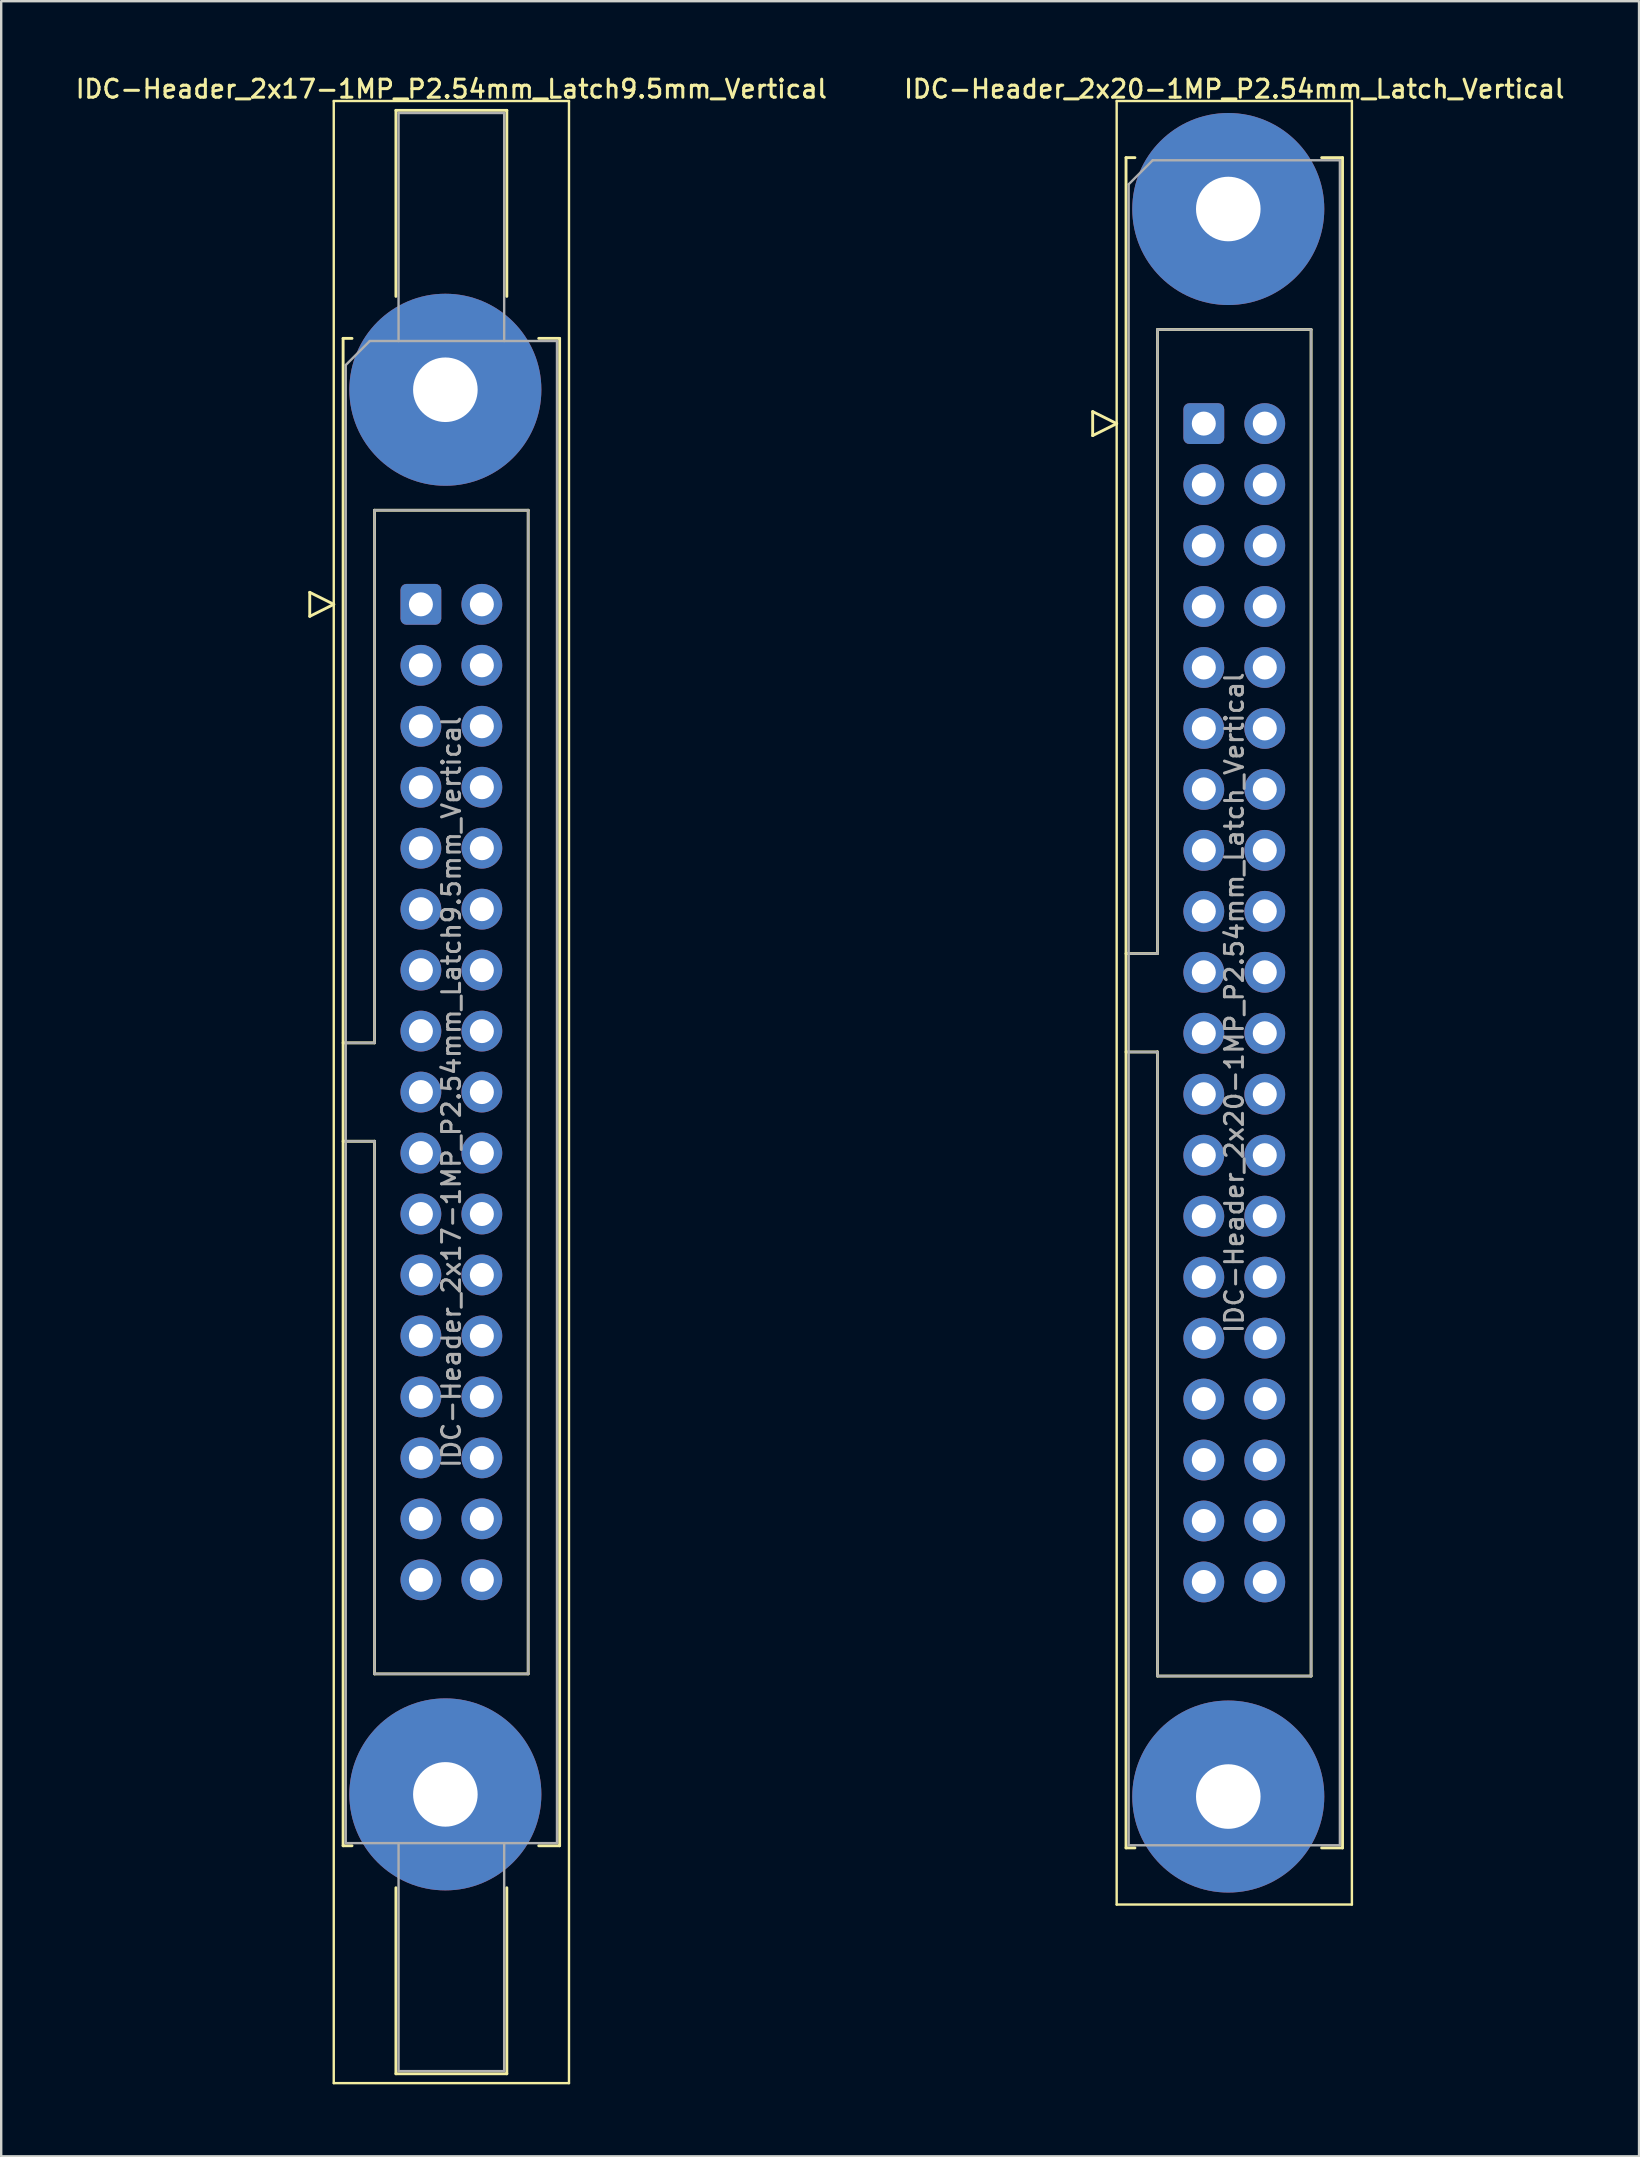
<source format=kicad_pcb>
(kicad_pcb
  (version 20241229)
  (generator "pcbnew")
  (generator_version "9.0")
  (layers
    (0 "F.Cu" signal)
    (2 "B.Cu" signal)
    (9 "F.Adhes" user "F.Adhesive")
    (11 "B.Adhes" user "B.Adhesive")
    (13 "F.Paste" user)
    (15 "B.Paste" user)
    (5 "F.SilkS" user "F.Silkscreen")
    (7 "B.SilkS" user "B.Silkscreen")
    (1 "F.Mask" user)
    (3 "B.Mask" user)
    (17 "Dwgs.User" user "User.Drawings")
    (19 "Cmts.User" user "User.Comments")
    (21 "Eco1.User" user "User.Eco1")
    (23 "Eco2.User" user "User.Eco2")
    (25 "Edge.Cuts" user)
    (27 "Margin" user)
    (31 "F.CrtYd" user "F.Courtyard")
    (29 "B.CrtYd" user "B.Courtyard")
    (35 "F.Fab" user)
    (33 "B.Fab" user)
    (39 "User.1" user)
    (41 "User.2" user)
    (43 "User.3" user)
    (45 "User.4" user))
  (footprint "IDC-Header_2x17-1MP_P2.54mm_Latch9.5mm_Vertical"
    (layer "F.Cu")
    (at 14.485 22.128)
    (property "Reference" "IDC-Header_2x17-1MP_P2.54mm_Latch9.5mm_Vertical" (at 1.27 -21.47 0) (layer "F.SilkS") (effects (font (size 0.75 0.75) (thickness 0.125))))
    (attr through_hole)
    (fp_line (start -4.63 -0.5) (end -4.63 0.5) (stroke (width 0.12) (type solid)) (layer "F.SilkS"))
    (fp_line (start -4.63 0.5) (end -3.63 0) (stroke (width 0.12) (type solid)) (layer "F.SilkS"))
    (fp_line (start -3.63 -20.97) (end -3.63 61.61) (stroke (width 0.1) (type solid)) (layer "F.SilkS"))
    (fp_line (start -3.63 0) (end -4.63 -0.5) (stroke (width 0.12) (type solid)) (layer "F.SilkS"))
    (fp_line (start -3.63 61.61) (end 6.17 61.61) (stroke (width 0.1) (type solid)) (layer "F.SilkS"))
    (fp_line (start -3.24 -11.08) (end -3.24 51.72) (stroke (width 0.12) (type solid)) (layer "F.SilkS"))
    (fp_line (start -3.24 18.27) (end -1.93 18.27) (stroke (width 0.12) (type solid)) (layer "F.SilkS"))
    (fp_line (start -3.24 51.72) (end -2.87 51.72) (stroke (width 0.12) (type solid)) (layer "F.SilkS"))
    (fp_line (start -2.87 -11.08) (end -3.24 -11.08) (stroke (width 0.12) (type solid)) (layer "F.SilkS"))
    (fp_line (start -1.93 -3.92) (end 4.47 -3.92) (stroke (width 0.12) (type solid)) (layer "F.SilkS"))
    (fp_line (start -1.93 18.27) (end -1.93 -3.92) (stroke (width 0.12) (type solid)) (layer "F.SilkS"))
    (fp_line (start -1.93 22.37) (end -3.24 22.37) (stroke (width 0.12) (type solid)) (layer "F.SilkS"))
    (fp_line (start -1.93 22.37) (end -1.93 22.37) (stroke (width 0.12) (type solid)) (layer "F.SilkS"))
    (fp_line (start -1.93 44.56) (end -1.93 22.37) (stroke (width 0.12) (type solid)) (layer "F.SilkS"))
    (fp_line (start -1.04 -20.58) (end 3.58 -20.58) (stroke (width 0.12) (type solid)) (layer "F.SilkS"))
    (fp_line (start -1.04 -12.83) (end -1.04 -20.58) (stroke (width 0.12) (type solid)) (layer "F.SilkS"))
    (fp_line (start -1.04 53.47) (end -1.04 61.22) (stroke (width 0.12) (type solid)) (layer "F.SilkS"))
    (fp_line (start -1.04 61.22) (end 3.58 61.22) (stroke (width 0.12) (type solid)) (layer "F.SilkS"))
    (fp_line (start 3.58 -20.58) (end 3.58 -12.83) (stroke (width 0.12) (type solid)) (layer "F.SilkS"))
    (fp_line (start 3.58 61.22) (end 3.58 53.47) (stroke (width 0.12) (type solid)) (layer "F.SilkS"))
    (fp_line (start 4.47 -3.92) (end 4.47 44.56) (stroke (width 0.12) (type solid)) (layer "F.SilkS"))
    (fp_line (start 4.47 44.56) (end -1.93 44.56) (stroke (width 0.12) (type solid)) (layer "F.SilkS"))
    (fp_line (start 4.91 -11.08) (end 5.78 -11.08) (stroke (width 0.12) (type solid)) (layer "F.SilkS"))
    (fp_line (start 5.78 -11.08) (end 5.78 51.72) (stroke (width 0.12) (type solid)) (layer "F.SilkS"))
    (fp_line (start 5.78 51.72) (end 4.91 51.72) (stroke (width 0.12) (type solid)) (layer "F.SilkS"))
    (fp_line (start 6.17 -20.97) (end -3.63 -20.97) (stroke (width 0.1) (type solid)) (layer "F.SilkS"))
    (fp_line (start 6.17 61.61) (end 6.17 -20.97) (stroke (width 0.1) (type solid)) (layer "F.SilkS"))
    (fp_line (start -3.13 -9.97) (end -2.13 -10.97) (stroke (width 0.1) (type solid)) (layer "F.Fab"))
    (fp_line (start -3.13 18.27) (end -1.93 18.27) (stroke (width 0.1) (type solid)) (layer "F.Fab"))
    (fp_line (start -3.13 51.61) (end -3.13 -9.97) (stroke (width 0.1) (type solid)) (layer "F.Fab"))
    (fp_line (start -2.13 -10.97) (end 5.67 -10.97) (stroke (width 0.1) (type solid)) (layer "F.Fab"))
    (fp_line (start -1.93 -3.92) (end 4.47 -3.92) (stroke (width 0.1) (type solid)) (layer "F.Fab"))
    (fp_line (start -1.93 18.27) (end -1.93 -3.92) (stroke (width 0.1) (type solid)) (layer "F.Fab"))
    (fp_line (start -1.93 22.37) (end -3.13 22.37) (stroke (width 0.1) (type solid)) (layer "F.Fab"))
    (fp_line (start -1.93 22.37) (end -1.93 22.37) (stroke (width 0.1) (type solid)) (layer "F.Fab"))
    (fp_line (start -1.93 44.56) (end -1.93 22.37) (stroke (width 0.1) (type solid)) (layer "F.Fab"))
    (fp_line (start -0.93 -20.47) (end 3.47 -20.47) (stroke (width 0.1) (type solid)) (layer "F.Fab"))
    (fp_line (start -0.93 -10.97) (end -0.93 -20.47) (stroke (width 0.1) (type solid)) (layer "F.Fab"))
    (fp_line (start -0.93 51.61) (end -0.93 61.11) (stroke (width 0.1) (type solid)) (layer "F.Fab"))
    (fp_line (start -0.93 61.11) (end 3.47 61.11) (stroke (width 0.1) (type solid)) (layer "F.Fab"))
    (fp_line (start 3.47 -20.47) (end 3.47 -10.97) (stroke (width 0.1) (type solid)) (layer "F.Fab"))
    (fp_line (start 3.47 61.11) (end 3.47 51.61) (stroke (width 0.1) (type solid)) (layer "F.Fab"))
    (fp_line (start 4.47 -3.92) (end 4.47 44.56) (stroke (width 0.1) (type solid)) (layer "F.Fab"))
    (fp_line (start 4.47 44.56) (end -1.93 44.56) (stroke (width 0.1) (type solid)) (layer "F.Fab"))
    (fp_line (start 5.67 -10.97) (end 5.67 51.61) (stroke (width 0.1) (type solid)) (layer "F.Fab"))
    (fp_line (start 5.67 51.61) (end -3.13 51.61) (stroke (width 0.1) (type solid)) (layer "F.Fab"))
    (fp_text user "${REFERENCE}" (at 1.27 20.32 90) (layer "F.Fab") (effects (font (size 0.75 0.75) (thickness 0.125))))
    (pad "1" thru_hole roundrect (at 0 0) (size 1.7 1.7) (drill 1) (layers "*.Cu" "*.Mask") (roundrect_rratio 0.147))
    (pad "2" thru_hole circle (at 2.54 0) (size 1.7 1.7) (drill 1) (layers "*.Cu" "*.Mask"))
    (pad "3" thru_hole circle (at 0 2.54) (size 1.7 1.7) (drill 1) (layers "*.Cu" "*.Mask"))
    (pad "4" thru_hole circle (at 2.54 2.54) (size 1.7 1.7) (drill 1) (layers "*.Cu" "*.Mask"))
    (pad "5" thru_hole circle (at 0 5.08) (size 1.7 1.7) (drill 1) (layers "*.Cu" "*.Mask"))
    (pad "6" thru_hole circle (at 2.54 5.08) (size 1.7 1.7) (drill 1) (layers "*.Cu" "*.Mask"))
    (pad "7" thru_hole circle (at 0 7.62) (size 1.7 1.7) (drill 1) (layers "*.Cu" "*.Mask"))
    (pad "8" thru_hole circle (at 2.54 7.62) (size 1.7 1.7) (drill 1) (layers "*.Cu" "*.Mask"))
    (pad "9" thru_hole circle (at 0 10.16) (size 1.7 1.7) (drill 1) (layers "*.Cu" "*.Mask"))
    (pad "10" thru_hole circle (at 2.54 10.16) (size 1.7 1.7) (drill 1) (layers "*.Cu" "*.Mask"))
    (pad "11" thru_hole circle (at 0 12.7) (size 1.7 1.7) (drill 1) (layers "*.Cu" "*.Mask"))
    (pad "12" thru_hole circle (at 2.54 12.7) (size 1.7 1.7) (drill 1) (layers "*.Cu" "*.Mask"))
    (pad "13" thru_hole circle (at 0 15.24) (size 1.7 1.7) (drill 1) (layers "*.Cu" "*.Mask"))
    (pad "14" thru_hole circle (at 2.54 15.24) (size 1.7 1.7) (drill 1) (layers "*.Cu" "*.Mask"))
    (pad "15" thru_hole circle (at 0 17.78) (size 1.7 1.7) (drill 1) (layers "*.Cu" "*.Mask"))
    (pad "16" thru_hole circle (at 2.54 17.78) (size 1.7 1.7) (drill 1) (layers "*.Cu" "*.Mask"))
    (pad "17" thru_hole circle (at 0 20.32) (size 1.7 1.7) (drill 1) (layers "*.Cu" "*.Mask"))
    (pad "18" thru_hole circle (at 2.54 20.32) (size 1.7 1.7) (drill 1) (layers "*.Cu" "*.Mask"))
    (pad "19" thru_hole circle (at 0 22.86) (size 1.7 1.7) (drill 1) (layers "*.Cu" "*.Mask"))
    (pad "20" thru_hole circle (at 2.54 22.86) (size 1.7 1.7) (drill 1) (layers "*.Cu" "*.Mask"))
    (pad "21" thru_hole circle (at 0 25.4) (size 1.7 1.7) (drill 1) (layers "*.Cu" "*.Mask"))
    (pad "22" thru_hole circle (at 2.54 25.4) (size 1.7 1.7) (drill 1) (layers "*.Cu" "*.Mask"))
    (pad "23" thru_hole circle (at 0 27.94) (size 1.7 1.7) (drill 1) (layers "*.Cu" "*.Mask"))
    (pad "24" thru_hole circle (at 2.54 27.94) (size 1.7 1.7) (drill 1) (layers "*.Cu" "*.Mask"))
    (pad "25" thru_hole circle (at 0 30.48) (size 1.7 1.7) (drill 1) (layers "*.Cu" "*.Mask"))
    (pad "26" thru_hole circle (at 2.54 30.48) (size 1.7 1.7) (drill 1) (layers "*.Cu" "*.Mask"))
    (pad "27" thru_hole circle (at 0 33.02) (size 1.7 1.7) (drill 1) (layers "*.Cu" "*.Mask"))
    (pad "28" thru_hole circle (at 2.54 33.02) (size 1.7 1.7) (drill 1) (layers "*.Cu" "*.Mask"))
    (pad "29" thru_hole circle (at 0 35.56) (size 1.7 1.7) (drill 1) (layers "*.Cu" "*.Mask"))
    (pad "30" thru_hole circle (at 2.54 35.56) (size 1.7 1.7) (drill 1) (layers "*.Cu" "*.Mask"))
    (pad "31" thru_hole circle (at 0 38.1) (size 1.7 1.7) (drill 1) (layers "*.Cu" "*.Mask"))
    (pad "32" thru_hole circle (at 2.54 38.1) (size 1.7 1.7) (drill 1) (layers "*.Cu" "*.Mask"))
    (pad "33" thru_hole circle (at 0 40.64) (size 1.7 1.7) (drill 1) (layers "*.Cu" "*.Mask"))
    (pad "34" thru_hole circle (at 2.54 40.64) (size 1.7 1.7) (drill 1) (layers "*.Cu" "*.Mask"))
    (pad "MP" thru_hole circle (at 1.02 -8.94) (size 8 8) (drill 2.69) (layers "*.Cu" "*.Mask"))
    (pad "MP" thru_hole circle (at 1.02 49.58) (size 8 8) (drill 2.69) (layers "*.Cu" "*.Mask")))
  (footprint "IDC-Header_2x20-1MP_P2.54mm_Latch_Vertical"
    (layer "F.Cu")
    (at 47.103 14.598)
    (property "Reference" "IDC-Header_2x20-1MP_P2.54mm_Latch_Vertical" (at 1.27 -13.94 0) (layer "F.SilkS") (effects (font (size 0.75 0.75) (thickness 0.125))))
    (attr through_hole)
    (fp_line (start -4.63 -0.5) (end -4.63 0.5) (stroke (width 0.12) (type solid)) (layer "F.SilkS"))
    (fp_line (start -4.63 0.5) (end -3.63 0) (stroke (width 0.12) (type solid)) (layer "F.SilkS"))
    (fp_line (start -3.63 -13.44) (end -3.63 61.7) (stroke (width 0.1) (type solid)) (layer "F.SilkS"))
    (fp_line (start -3.63 0) (end -4.63 -0.5) (stroke (width 0.12) (type solid)) (layer "F.SilkS"))
    (fp_line (start -3.63 61.7) (end 6.17 61.7) (stroke (width 0.1) (type solid)) (layer "F.SilkS"))
    (fp_line (start -3.24 -11.08) (end -3.24 59.34) (stroke (width 0.12) (type solid)) (layer "F.SilkS"))
    (fp_line (start -3.24 22.08) (end -1.93 22.08) (stroke (width 0.12) (type solid)) (layer "F.SilkS"))
    (fp_line (start -3.24 59.34) (end -2.87 59.34) (stroke (width 0.12) (type solid)) (layer "F.SilkS"))
    (fp_line (start -2.87 -11.08) (end -3.24 -11.08) (stroke (width 0.12) (type solid)) (layer "F.SilkS"))
    (fp_line (start -1.93 -3.92) (end 4.47 -3.92) (stroke (width 0.12) (type solid)) (layer "F.SilkS"))
    (fp_line (start -1.93 22.08) (end -1.93 -3.92) (stroke (width 0.12) (type solid)) (layer "F.SilkS"))
    (fp_line (start -1.93 26.18) (end -3.24 26.18) (stroke (width 0.12) (type solid)) (layer "F.SilkS"))
    (fp_line (start -1.93 26.18) (end -1.93 26.18) (stroke (width 0.12) (type solid)) (layer "F.SilkS"))
    (fp_line (start -1.93 52.18) (end -1.93 26.18) (stroke (width 0.12) (type solid)) (layer "F.SilkS"))
    (fp_line (start 4.47 -3.92) (end 4.47 52.18) (stroke (width 0.12) (type solid)) (layer "F.SilkS"))
    (fp_line (start 4.47 52.18) (end -1.93 52.18) (stroke (width 0.12) (type solid)) (layer "F.SilkS"))
    (fp_line (start 4.91 -11.08) (end 5.78 -11.08) (stroke (width 0.12) (type solid)) (layer "F.SilkS"))
    (fp_line (start 5.78 -11.08) (end 5.78 59.34) (stroke (width 0.12) (type solid)) (layer "F.SilkS"))
    (fp_line (start 5.78 59.34) (end 4.91 59.34) (stroke (width 0.12) (type solid)) (layer "F.SilkS"))
    (fp_line (start 6.17 -13.44) (end -3.63 -13.44) (stroke (width 0.1) (type solid)) (layer "F.SilkS"))
    (fp_line (start 6.17 61.7) (end 6.17 -13.44) (stroke (width 0.1) (type solid)) (layer "F.SilkS"))
    (fp_line (start -3.13 -9.97) (end -2.13 -10.97) (stroke (width 0.1) (type solid)) (layer "F.Fab"))
    (fp_line (start -3.13 22.08) (end -1.93 22.08) (stroke (width 0.1) (type solid)) (layer "F.Fab"))
    (fp_line (start -3.13 59.23) (end -3.13 -9.97) (stroke (width 0.1) (type solid)) (layer "F.Fab"))
    (fp_line (start -2.13 -10.97) (end 5.67 -10.97) (stroke (width 0.1) (type solid)) (layer "F.Fab"))
    (fp_line (start -1.93 -3.92) (end 4.47 -3.92) (stroke (width 0.1) (type solid)) (layer "F.Fab"))
    (fp_line (start -1.93 22.08) (end -1.93 -3.92) (stroke (width 0.1) (type solid)) (layer "F.Fab"))
    (fp_line (start -1.93 26.18) (end -3.13 26.18) (stroke (width 0.1) (type solid)) (layer "F.Fab"))
    (fp_line (start -1.93 26.18) (end -1.93 26.18) (stroke (width 0.1) (type solid)) (layer "F.Fab"))
    (fp_line (start -1.93 52.18) (end -1.93 26.18) (stroke (width 0.1) (type solid)) (layer "F.Fab"))
    (fp_line (start 4.47 -3.92) (end 4.47 52.18) (stroke (width 0.1) (type solid)) (layer "F.Fab"))
    (fp_line (start 4.47 52.18) (end -1.93 52.18) (stroke (width 0.1) (type solid)) (layer "F.Fab"))
    (fp_line (start 5.67 -10.97) (end 5.67 59.23) (stroke (width 0.1) (type solid)) (layer "F.Fab"))
    (fp_line (start 5.67 59.23) (end -3.13 59.23) (stroke (width 0.1) (type solid)) (layer "F.Fab"))
    (fp_text user "${REFERENCE}" (at 1.27 24.13 90) (layer "F.Fab") (effects (font (size 0.75 0.75) (thickness 0.125))))
    (pad "1" thru_hole roundrect (at 0 0) (size 1.7 1.7) (drill 1) (layers "*.Cu" "*.Mask") (roundrect_rratio 0.147))
    (pad "2" thru_hole circle (at 2.54 0) (size 1.7 1.7) (drill 1) (layers "*.Cu" "*.Mask"))
    (pad "3" thru_hole circle (at 0 2.54) (size 1.7 1.7) (drill 1) (layers "*.Cu" "*.Mask"))
    (pad "4" thru_hole circle (at 2.54 2.54) (size 1.7 1.7) (drill 1) (layers "*.Cu" "*.Mask"))
    (pad "5" thru_hole circle (at 0 5.08) (size 1.7 1.7) (drill 1) (layers "*.Cu" "*.Mask"))
    (pad "6" thru_hole circle (at 2.54 5.08) (size 1.7 1.7) (drill 1) (layers "*.Cu" "*.Mask"))
    (pad "7" thru_hole circle (at 0 7.62) (size 1.7 1.7) (drill 1) (layers "*.Cu" "*.Mask"))
    (pad "8" thru_hole circle (at 2.54 7.62) (size 1.7 1.7) (drill 1) (layers "*.Cu" "*.Mask"))
    (pad "9" thru_hole circle (at 0 10.16) (size 1.7 1.7) (drill 1) (layers "*.Cu" "*.Mask"))
    (pad "10" thru_hole circle (at 2.54 10.16) (size 1.7 1.7) (drill 1) (layers "*.Cu" "*.Mask"))
    (pad "11" thru_hole circle (at 0 12.7) (size 1.7 1.7) (drill 1) (layers "*.Cu" "*.Mask"))
    (pad "12" thru_hole circle (at 2.54 12.7) (size 1.7 1.7) (drill 1) (layers "*.Cu" "*.Mask"))
    (pad "13" thru_hole circle (at 0 15.24) (size 1.7 1.7) (drill 1) (layers "*.Cu" "*.Mask"))
    (pad "14" thru_hole circle (at 2.54 15.24) (size 1.7 1.7) (drill 1) (layers "*.Cu" "*.Mask"))
    (pad "15" thru_hole circle (at 0 17.78) (size 1.7 1.7) (drill 1) (layers "*.Cu" "*.Mask"))
    (pad "16" thru_hole circle (at 2.54 17.78) (size 1.7 1.7) (drill 1) (layers "*.Cu" "*.Mask"))
    (pad "17" thru_hole circle (at 0 20.32) (size 1.7 1.7) (drill 1) (layers "*.Cu" "*.Mask"))
    (pad "18" thru_hole circle (at 2.54 20.32) (size 1.7 1.7) (drill 1) (layers "*.Cu" "*.Mask"))
    (pad "19" thru_hole circle (at 0 22.86) (size 1.7 1.7) (drill 1) (layers "*.Cu" "*.Mask"))
    (pad "20" thru_hole circle (at 2.54 22.86) (size 1.7 1.7) (drill 1) (layers "*.Cu" "*.Mask"))
    (pad "21" thru_hole circle (at 0 25.4) (size 1.7 1.7) (drill 1) (layers "*.Cu" "*.Mask"))
    (pad "22" thru_hole circle (at 2.54 25.4) (size 1.7 1.7) (drill 1) (layers "*.Cu" "*.Mask"))
    (pad "23" thru_hole circle (at 0 27.94) (size 1.7 1.7) (drill 1) (layers "*.Cu" "*.Mask"))
    (pad "24" thru_hole circle (at 2.54 27.94) (size 1.7 1.7) (drill 1) (layers "*.Cu" "*.Mask"))
    (pad "25" thru_hole circle (at 0 30.48) (size 1.7 1.7) (drill 1) (layers "*.Cu" "*.Mask"))
    (pad "26" thru_hole circle (at 2.54 30.48) (size 1.7 1.7) (drill 1) (layers "*.Cu" "*.Mask"))
    (pad "27" thru_hole circle (at 0 33.02) (size 1.7 1.7) (drill 1) (layers "*.Cu" "*.Mask"))
    (pad "28" thru_hole circle (at 2.54 33.02) (size 1.7 1.7) (drill 1) (layers "*.Cu" "*.Mask"))
    (pad "29" thru_hole circle (at 0 35.56) (size 1.7 1.7) (drill 1) (layers "*.Cu" "*.Mask"))
    (pad "30" thru_hole circle (at 2.54 35.56) (size 1.7 1.7) (drill 1) (layers "*.Cu" "*.Mask"))
    (pad "31" thru_hole circle (at 0 38.1) (size 1.7 1.7) (drill 1) (layers "*.Cu" "*.Mask"))
    (pad "32" thru_hole circle (at 2.54 38.1) (size 1.7 1.7) (drill 1) (layers "*.Cu" "*.Mask"))
    (pad "33" thru_hole circle (at 0 40.64) (size 1.7 1.7) (drill 1) (layers "*.Cu" "*.Mask"))
    (pad "34" thru_hole circle (at 2.54 40.64) (size 1.7 1.7) (drill 1) (layers "*.Cu" "*.Mask"))
    (pad "35" thru_hole circle (at 0 43.18) (size 1.7 1.7) (drill 1) (layers "*.Cu" "*.Mask"))
    (pad "36" thru_hole circle (at 2.54 43.18) (size 1.7 1.7) (drill 1) (layers "*.Cu" "*.Mask"))
    (pad "37" thru_hole circle (at 0 45.72) (size 1.7 1.7) (drill 1) (layers "*.Cu" "*.Mask"))
    (pad "38" thru_hole circle (at 2.54 45.72) (size 1.7 1.7) (drill 1) (layers "*.Cu" "*.Mask"))
    (pad "39" thru_hole circle (at 0 48.26) (size 1.7 1.7) (drill 1) (layers "*.Cu" "*.Mask"))
    (pad "40" thru_hole circle (at 2.54 48.26) (size 1.7 1.7) (drill 1) (layers "*.Cu" "*.Mask"))
    (pad "MP" thru_hole circle (at 1.02 -8.94) (size 8 8) (drill 2.69) (layers "*.Cu" "*.Mask"))
    (pad "MP" thru_hole circle (at 1.02 57.2) (size 8 8) (drill 2.69) (layers "*.Cu" "*.Mask")))
  (gr_rect
    (start -3 -3)
    (end 65.236 86.788)
    (stroke (width 0.1) (type default))
    (fill no)
    (layer "Edge.Cuts")))
</source>
